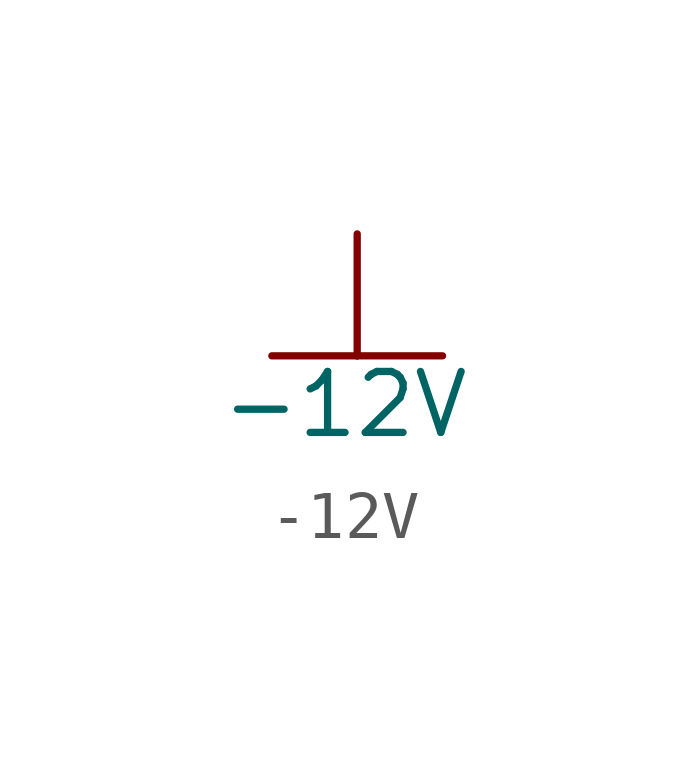
<source format=kicad_sym>
(kicad_symbol_lib
  (version 20220914)
  (generator kicad_symbol_editor)
  (symbol "-12V"
    (power)
    (pin_numbers hide)
    (pin_names
      (offset 0) hide)
    (property "Reference" "#PWR"
      (at 0 -7.112 0)
      (effects (font (size 1.27 1.27)) hide))
    (property "Value" "-12V"
      (at -0.254 -3.556 0)
      (effects (font (size 1.27 1.27))))
    (property "Footprint" ""
      (at 0 0 0)
      (effects (font (size 1.524 1.524))))
    (property "Datasheet" ""
      (at 0 0 0)
      (effects (font (size 1.524 1.524))))
    (symbol "-12V_0_1"
      (polyline (pts (xy -1.778 -2.54) (xy 0 -2.54)) (stroke (width 0) (type default)) (fill (type none)))
      (polyline (pts (xy 0 -2.54) (xy 0 0)) (stroke (width 0) (type default)) (fill (type none)))
      (polyline (pts (xy 0 -2.54) (xy 1.778 -2.54)) (stroke (width 0) (type default)) (fill (type none))))
    (symbol "-12V_1_1"
      (pin power_in line (at 0 0 270) (length 0) hide (name "-12V" (effects (font (size 1.27 1.27)))) (number "1" (effects (font (size 1.27 1.27))))))))
</source>
